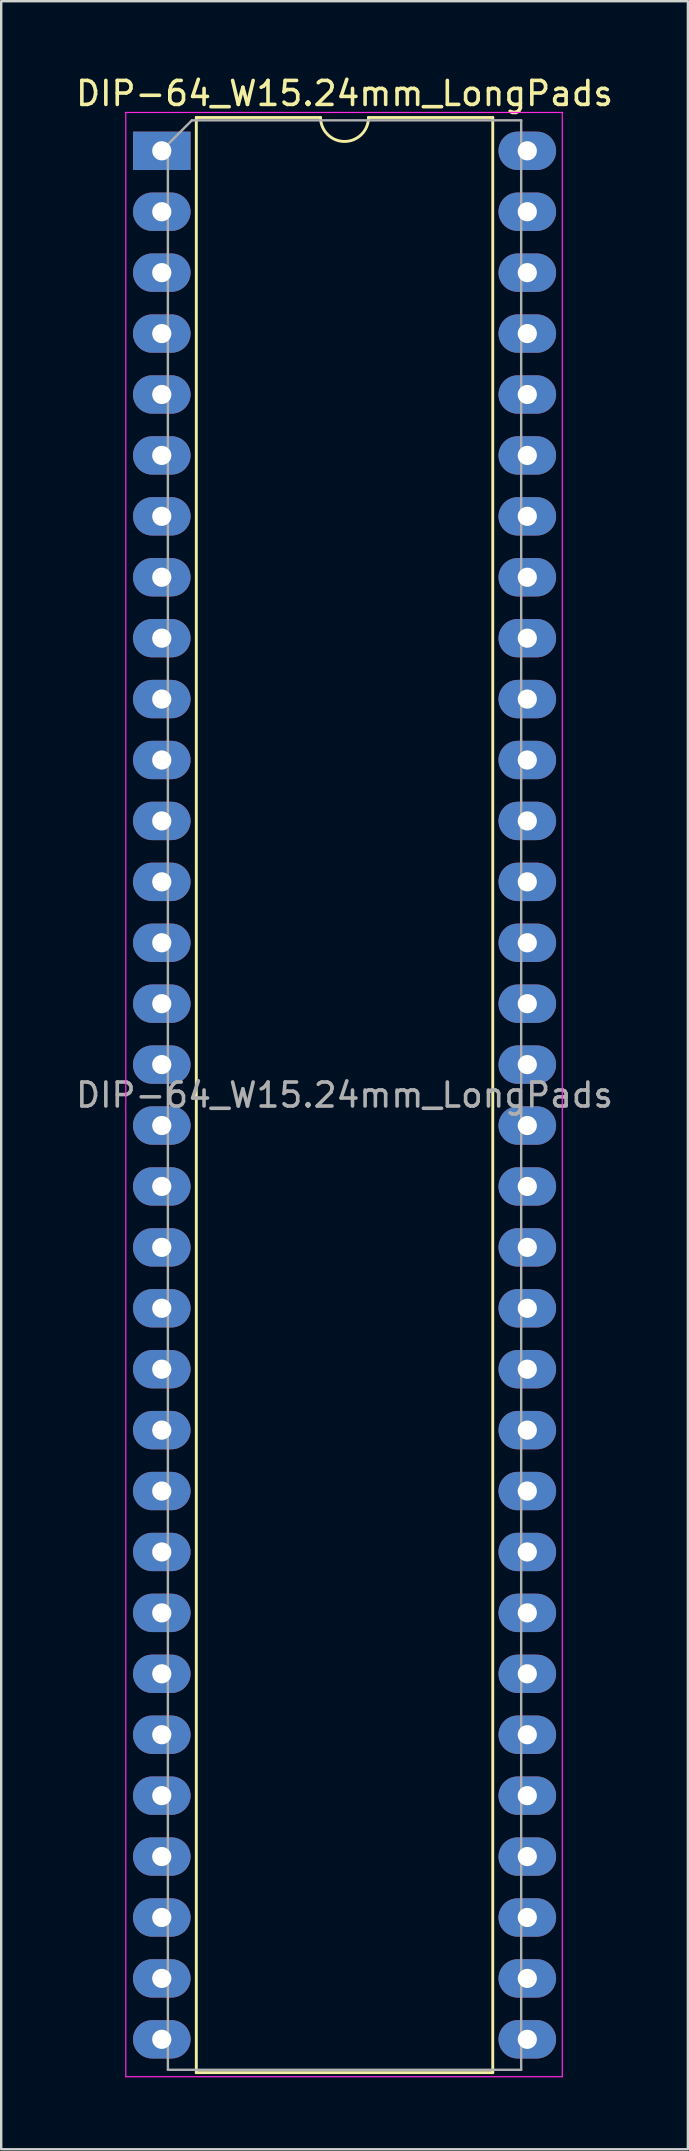
<source format=kicad_pcb>
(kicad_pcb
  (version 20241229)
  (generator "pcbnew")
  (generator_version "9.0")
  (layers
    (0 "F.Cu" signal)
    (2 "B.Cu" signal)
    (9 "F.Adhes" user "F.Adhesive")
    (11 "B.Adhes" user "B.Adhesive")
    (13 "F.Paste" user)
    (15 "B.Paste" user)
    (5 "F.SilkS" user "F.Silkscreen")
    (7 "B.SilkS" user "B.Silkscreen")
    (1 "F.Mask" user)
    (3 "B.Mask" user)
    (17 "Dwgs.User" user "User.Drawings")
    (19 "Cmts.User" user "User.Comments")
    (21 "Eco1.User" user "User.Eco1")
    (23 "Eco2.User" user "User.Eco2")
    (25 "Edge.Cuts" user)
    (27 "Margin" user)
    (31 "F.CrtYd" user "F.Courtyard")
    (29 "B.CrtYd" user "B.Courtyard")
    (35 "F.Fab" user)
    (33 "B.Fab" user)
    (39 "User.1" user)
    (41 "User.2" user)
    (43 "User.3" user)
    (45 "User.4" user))
  (footprint "DIP-64_W15.24mm_LongPads"
    (layer "F.Cu")
    (at 3.695 3.238)
    (property "Reference" "DIP-64_W15.24mm_LongPads" (at 7.62 -2.39 0) (layer "F.SilkS") (effects (font (size 1 1) (thickness 0.15))))
    (attr through_hole)
    (fp_line (start 1.44 -1.39) (end 1.44 80.13) (stroke (width 0.12) (type solid)) (layer "F.SilkS"))
    (fp_line (start 1.44 80.13) (end 13.8 80.13) (stroke (width 0.12) (type solid)) (layer "F.SilkS"))
    (fp_line (start 6.62 -1.39) (end 1.44 -1.39) (stroke (width 0.12) (type solid)) (layer "F.SilkS"))
    (fp_line (start 13.8 -1.39) (end 8.62 -1.39) (stroke (width 0.12) (type solid)) (layer "F.SilkS"))
    (fp_line (start 13.8 80.13) (end 13.8 -1.39) (stroke (width 0.12) (type solid)) (layer "F.SilkS"))
    (fp_arc (start 8.62 -1.39) (mid 7.62 -0.39) (end 6.62 -1.39) (stroke (width 0.12) (type solid)) (layer "F.SilkS"))
    (fp_line (start -1.5 -1.6) (end -1.5 80.3) (stroke (width 0.05) (type solid)) (layer "F.CrtYd"))
    (fp_line (start -1.5 80.3) (end 16.7 80.3) (stroke (width 0.05) (type solid)) (layer "F.CrtYd"))
    (fp_line (start 16.7 -1.6) (end -1.5 -1.6) (stroke (width 0.05) (type solid)) (layer "F.CrtYd"))
    (fp_line (start 16.7 80.3) (end 16.7 -1.6) (stroke (width 0.05) (type solid)) (layer "F.CrtYd"))
    (fp_line (start 0.255 -0.27) (end 1.255 -1.27) (stroke (width 0.1) (type solid)) (layer "F.Fab"))
    (fp_line (start 0.255 80.01) (end 0.255 -0.27) (stroke (width 0.1) (type solid)) (layer "F.Fab"))
    (fp_line (start 1.255 -1.27) (end 14.985 -1.27) (stroke (width 0.1) (type solid)) (layer "F.Fab"))
    (fp_line (start 14.985 -1.27) (end 14.985 80.01) (stroke (width 0.1) (type solid)) (layer "F.Fab"))
    (fp_line (start 14.985 80.01) (end 0.255 80.01) (stroke (width 0.1) (type solid)) (layer "F.Fab"))
    (fp_text user "${REFERENCE}" (at 7.62 39.37 0) (layer "F.Fab") (effects (font (size 1 1) (thickness 0.15))))
    (pad "1" thru_hole rect (at 0 0) (size 2.4 1.6) (drill 0.8) (layers "*.Cu" "*.Mask"))
    (pad "2" thru_hole oval (at 0 2.54) (size 2.4 1.6) (drill 0.8) (layers "*.Cu" "*.Mask"))
    (pad "3" thru_hole oval (at 0 5.08) (size 2.4 1.6) (drill 0.8) (layers "*.Cu" "*.Mask"))
    (pad "4" thru_hole oval (at 0 7.62) (size 2.4 1.6) (drill 0.8) (layers "*.Cu" "*.Mask"))
    (pad "5" thru_hole oval (at 0 10.16) (size 2.4 1.6) (drill 0.8) (layers "*.Cu" "*.Mask"))
    (pad "6" thru_hole oval (at 0 12.7) (size 2.4 1.6) (drill 0.8) (layers "*.Cu" "*.Mask"))
    (pad "7" thru_hole oval (at 0 15.24) (size 2.4 1.6) (drill 0.8) (layers "*.Cu" "*.Mask"))
    (pad "8" thru_hole oval (at 0 17.78) (size 2.4 1.6) (drill 0.8) (layers "*.Cu" "*.Mask"))
    (pad "9" thru_hole oval (at 0 20.32) (size 2.4 1.6) (drill 0.8) (layers "*.Cu" "*.Mask"))
    (pad "10" thru_hole oval (at 0 22.86) (size 2.4 1.6) (drill 0.8) (layers "*.Cu" "*.Mask"))
    (pad "11" thru_hole oval (at 0 25.4) (size 2.4 1.6) (drill 0.8) (layers "*.Cu" "*.Mask"))
    (pad "12" thru_hole oval (at 0 27.94) (size 2.4 1.6) (drill 0.8) (layers "*.Cu" "*.Mask"))
    (pad "13" thru_hole oval (at 0 30.48) (size 2.4 1.6) (drill 0.8) (layers "*.Cu" "*.Mask"))
    (pad "14" thru_hole oval (at 0 33.02) (size 2.4 1.6) (drill 0.8) (layers "*.Cu" "*.Mask"))
    (pad "15" thru_hole oval (at 0 35.56) (size 2.4 1.6) (drill 0.8) (layers "*.Cu" "*.Mask"))
    (pad "16" thru_hole oval (at 0 38.1) (size 2.4 1.6) (drill 0.8) (layers "*.Cu" "*.Mask"))
    (pad "17" thru_hole oval (at 0 40.64) (size 2.4 1.6) (drill 0.8) (layers "*.Cu" "*.Mask"))
    (pad "18" thru_hole oval (at 0 43.18) (size 2.4 1.6) (drill 0.8) (layers "*.Cu" "*.Mask"))
    (pad "19" thru_hole oval (at 0 45.72) (size 2.4 1.6) (drill 0.8) (layers "*.Cu" "*.Mask"))
    (pad "20" thru_hole oval (at 0 48.26) (size 2.4 1.6) (drill 0.8) (layers "*.Cu" "*.Mask"))
    (pad "21" thru_hole oval (at 0 50.8) (size 2.4 1.6) (drill 0.8) (layers "*.Cu" "*.Mask"))
    (pad "22" thru_hole oval (at 0 53.34) (size 2.4 1.6) (drill 0.8) (layers "*.Cu" "*.Mask"))
    (pad "23" thru_hole oval (at 0 55.88) (size 2.4 1.6) (drill 0.8) (layers "*.Cu" "*.Mask"))
    (pad "24" thru_hole oval (at 0 58.42) (size 2.4 1.6) (drill 0.8) (layers "*.Cu" "*.Mask"))
    (pad "25" thru_hole oval (at 0 60.96) (size 2.4 1.6) (drill 0.8) (layers "*.Cu" "*.Mask"))
    (pad "26" thru_hole oval (at 0 63.5) (size 2.4 1.6) (drill 0.8) (layers "*.Cu" "*.Mask"))
    (pad "27" thru_hole oval (at 0 66.04) (size 2.4 1.6) (drill 0.8) (layers "*.Cu" "*.Mask"))
    (pad "28" thru_hole oval (at 0 68.58) (size 2.4 1.6) (drill 0.8) (layers "*.Cu" "*.Mask"))
    (pad "29" thru_hole oval (at 0 71.12) (size 2.4 1.6) (drill 0.8) (layers "*.Cu" "*.Mask"))
    (pad "30" thru_hole oval (at 0 73.66) (size 2.4 1.6) (drill 0.8) (layers "*.Cu" "*.Mask"))
    (pad "31" thru_hole oval (at 0 76.2) (size 2.4 1.6) (drill 0.8) (layers "*.Cu" "*.Mask"))
    (pad "32" thru_hole oval (at 0 78.74) (size 2.4 1.6) (drill 0.8) (layers "*.Cu" "*.Mask"))
    (pad "33" thru_hole oval (at 15.24 78.74) (size 2.4 1.6) (drill 0.8) (layers "*.Cu" "*.Mask"))
    (pad "34" thru_hole oval (at 15.24 76.2) (size 2.4 1.6) (drill 0.8) (layers "*.Cu" "*.Mask"))
    (pad "35" thru_hole oval (at 15.24 73.66) (size 2.4 1.6) (drill 0.8) (layers "*.Cu" "*.Mask"))
    (pad "36" thru_hole oval (at 15.24 71.12) (size 2.4 1.6) (drill 0.8) (layers "*.Cu" "*.Mask"))
    (pad "37" thru_hole oval (at 15.24 68.58) (size 2.4 1.6) (drill 0.8) (layers "*.Cu" "*.Mask"))
    (pad "38" thru_hole oval (at 15.24 66.04) (size 2.4 1.6) (drill 0.8) (layers "*.Cu" "*.Mask"))
    (pad "39" thru_hole oval (at 15.24 63.5) (size 2.4 1.6) (drill 0.8) (layers "*.Cu" "*.Mask"))
    (pad "40" thru_hole oval (at 15.24 60.96) (size 2.4 1.6) (drill 0.8) (layers "*.Cu" "*.Mask"))
    (pad "41" thru_hole oval (at 15.24 58.42) (size 2.4 1.6) (drill 0.8) (layers "*.Cu" "*.Mask"))
    (pad "42" thru_hole oval (at 15.24 55.88) (size 2.4 1.6) (drill 0.8) (layers "*.Cu" "*.Mask"))
    (pad "43" thru_hole oval (at 15.24 53.34) (size 2.4 1.6) (drill 0.8) (layers "*.Cu" "*.Mask"))
    (pad "44" thru_hole oval (at 15.24 50.8) (size 2.4 1.6) (drill 0.8) (layers "*.Cu" "*.Mask"))
    (pad "45" thru_hole oval (at 15.24 48.26) (size 2.4 1.6) (drill 0.8) (layers "*.Cu" "*.Mask"))
    (pad "46" thru_hole oval (at 15.24 45.72) (size 2.4 1.6) (drill 0.8) (layers "*.Cu" "*.Mask"))
    (pad "47" thru_hole oval (at 15.24 43.18) (size 2.4 1.6) (drill 0.8) (layers "*.Cu" "*.Mask"))
    (pad "48" thru_hole oval (at 15.24 40.64) (size 2.4 1.6) (drill 0.8) (layers "*.Cu" "*.Mask"))
    (pad "49" thru_hole oval (at 15.24 38.1) (size 2.4 1.6) (drill 0.8) (layers "*.Cu" "*.Mask"))
    (pad "50" thru_hole oval (at 15.24 35.56) (size 2.4 1.6) (drill 0.8) (layers "*.Cu" "*.Mask"))
    (pad "51" thru_hole oval (at 15.24 33.02) (size 2.4 1.6) (drill 0.8) (layers "*.Cu" "*.Mask"))
    (pad "52" thru_hole oval (at 15.24 30.48) (size 2.4 1.6) (drill 0.8) (layers "*.Cu" "*.Mask"))
    (pad "53" thru_hole oval (at 15.24 27.94) (size 2.4 1.6) (drill 0.8) (layers "*.Cu" "*.Mask"))
    (pad "54" thru_hole oval (at 15.24 25.4) (size 2.4 1.6) (drill 0.8) (layers "*.Cu" "*.Mask"))
    (pad "55" thru_hole oval (at 15.24 22.86) (size 2.4 1.6) (drill 0.8) (layers "*.Cu" "*.Mask"))
    (pad "56" thru_hole oval (at 15.24 20.32) (size 2.4 1.6) (drill 0.8) (layers "*.Cu" "*.Mask"))
    (pad "57" thru_hole oval (at 15.24 17.78) (size 2.4 1.6) (drill 0.8) (layers "*.Cu" "*.Mask"))
    (pad "58" thru_hole oval (at 15.24 15.24) (size 2.4 1.6) (drill 0.8) (layers "*.Cu" "*.Mask"))
    (pad "59" thru_hole oval (at 15.24 12.7) (size 2.4 1.6) (drill 0.8) (layers "*.Cu" "*.Mask"))
    (pad "60" thru_hole oval (at 15.24 10.16) (size 2.4 1.6) (drill 0.8) (layers "*.Cu" "*.Mask"))
    (pad "61" thru_hole oval (at 15.24 7.62) (size 2.4 1.6) (drill 0.8) (layers "*.Cu" "*.Mask"))
    (pad "62" thru_hole oval (at 15.24 5.08) (size 2.4 1.6) (drill 0.8) (layers "*.Cu" "*.Mask"))
    (pad "63" thru_hole oval (at 15.24 2.54) (size 2.4 1.6) (drill 0.8) (layers "*.Cu" "*.Mask"))
    (pad "64" thru_hole oval (at 15.24 0) (size 2.4 1.6) (drill 0.8) (layers "*.Cu" "*.Mask")))
  (gr_rect
    (start -3 -3)
    (end 25.631 86.563)
    (stroke (width 0.1) (type default))
    (fill no)
    (layer "Edge.Cuts")))
</source>
